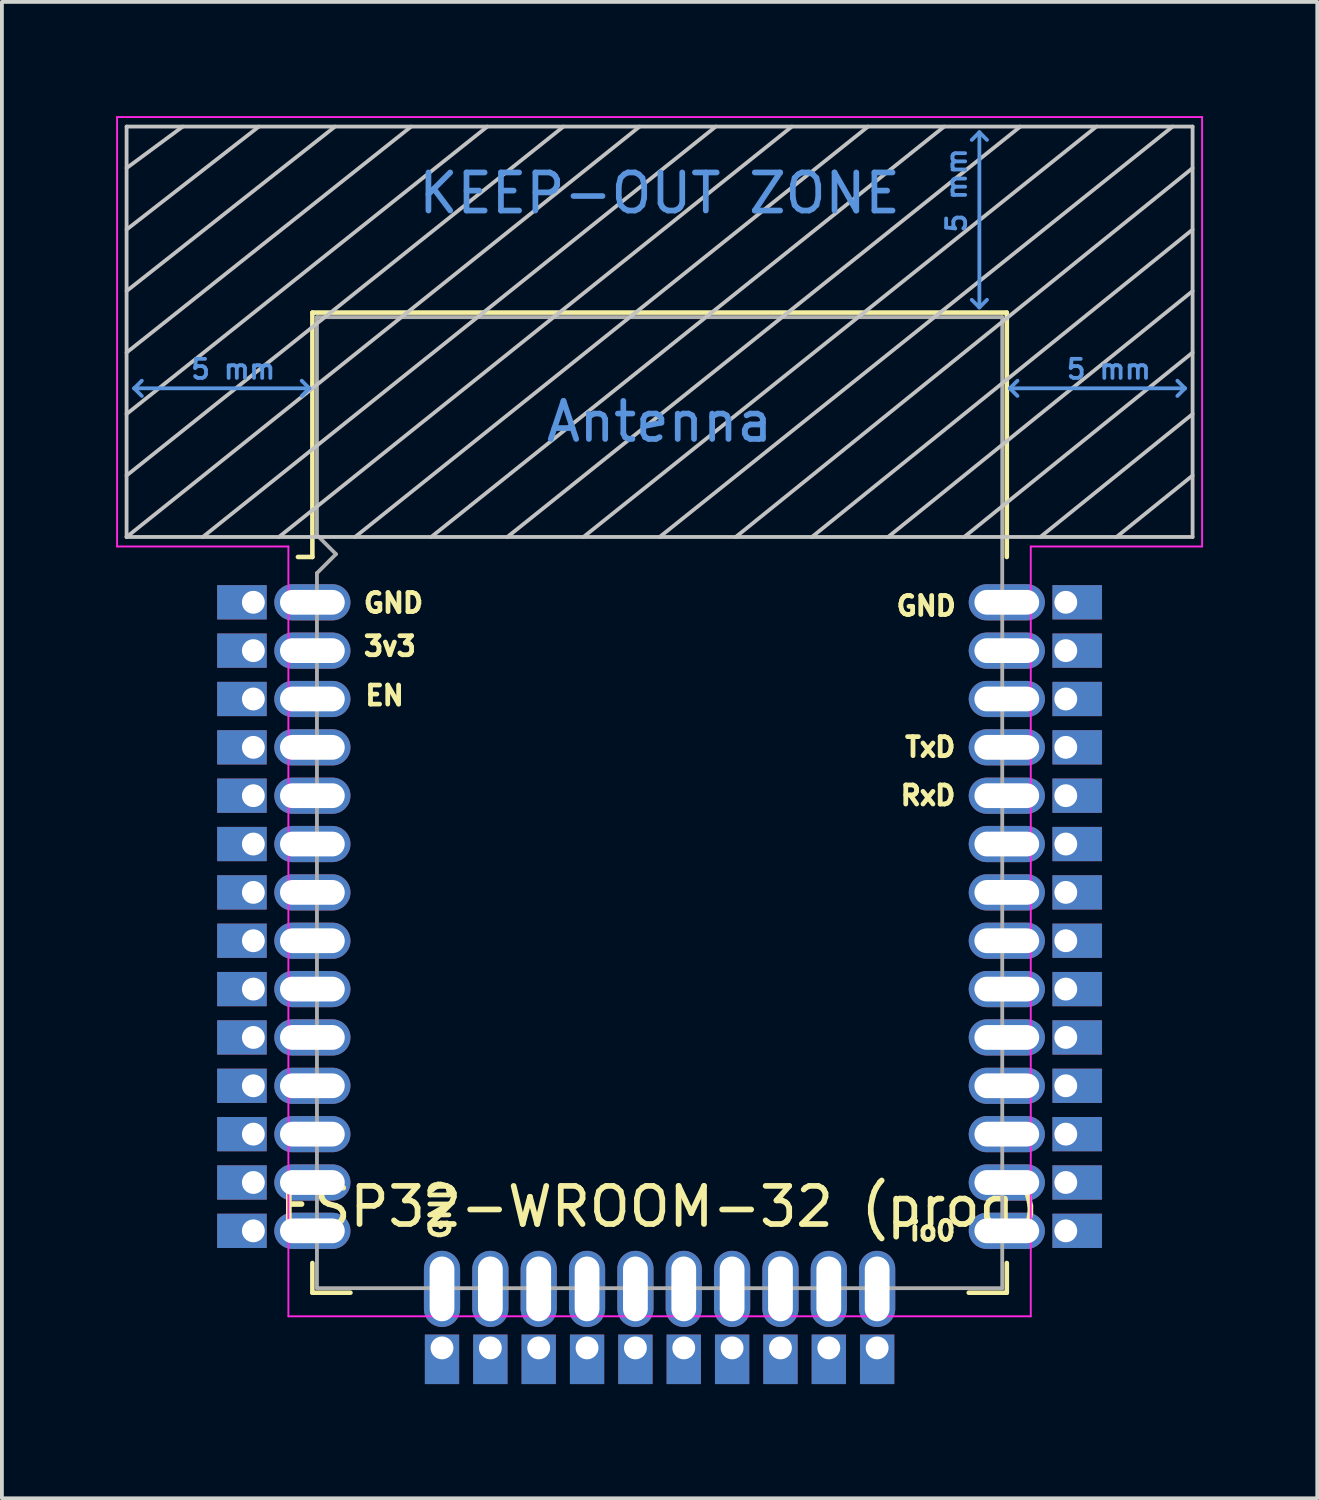
<source format=kicad_pcb>
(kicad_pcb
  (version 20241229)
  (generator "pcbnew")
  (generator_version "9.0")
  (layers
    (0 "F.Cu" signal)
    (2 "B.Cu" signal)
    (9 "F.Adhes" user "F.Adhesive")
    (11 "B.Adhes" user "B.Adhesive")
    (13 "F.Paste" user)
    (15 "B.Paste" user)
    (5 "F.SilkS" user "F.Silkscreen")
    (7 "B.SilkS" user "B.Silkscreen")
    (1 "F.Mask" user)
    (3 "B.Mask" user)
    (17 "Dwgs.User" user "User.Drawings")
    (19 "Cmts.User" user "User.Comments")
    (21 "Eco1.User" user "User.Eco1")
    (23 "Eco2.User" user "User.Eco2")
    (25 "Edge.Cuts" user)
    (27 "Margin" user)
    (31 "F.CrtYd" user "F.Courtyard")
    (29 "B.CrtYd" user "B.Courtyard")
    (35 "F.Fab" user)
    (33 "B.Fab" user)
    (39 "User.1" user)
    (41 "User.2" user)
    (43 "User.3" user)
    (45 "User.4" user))
  (footprint "ESP32-WROOM-32 (prog)"
    (layer "F.Cu")
    (at 14.275 21.025)
    (property "Reference" "ESP32-WROOM-32 (prog)" (at 0 7.62 0) (layer "F.SilkS") (effects (font (size 1 1) (thickness 0.15))))
    (attr through_hole)
    (fp_line (start -9.12 -15.865) (end -9.12 -9.445) (stroke (width 0.12) (type solid)) (layer "F.SilkS"))
    (fp_line (start -9.12 -15.865) (end 9.12 -15.865) (stroke (width 0.12) (type solid)) (layer "F.SilkS"))
    (fp_line (start -9.12 -9.445) (end -9.5 -9.445) (stroke (width 0.12) (type solid)) (layer "F.SilkS"))
    (fp_line (start -9.12 9.1) (end -9.12 9.88) (stroke (width 0.12) (type solid)) (layer "F.SilkS"))
    (fp_line (start -9.12 9.88) (end -8.12 9.88) (stroke (width 0.12) (type solid)) (layer "F.SilkS"))
    (fp_line (start 9.12 -15.865) (end 9.12 -9.445) (stroke (width 0.12) (type solid)) (layer "F.SilkS"))
    (fp_line (start 9.12 9.1) (end 9.12 9.88) (stroke (width 0.12) (type solid)) (layer "F.SilkS"))
    (fp_line (start 9.12 9.88) (end 8.12 9.88) (stroke (width 0.12) (type solid)) (layer "F.SilkS"))
    (fp_line (start -14 -9.97) (end -14 -20.75) (stroke (width 0.1) (type solid)) (layer "Dwgs.User"))
    (fp_line (start -12.525 -20.75) (end -14 -19.66) (stroke (width 0.1) (type solid)) (layer "Dwgs.User"))
    (fp_line (start -10.525 -20.75) (end -14 -18.045) (stroke (width 0.1) (type solid)) (layer "Dwgs.User"))
    (fp_line (start -8.525 -20.75) (end -14 -16.43) (stroke (width 0.1) (type solid)) (layer "Dwgs.User"))
    (fp_line (start -8 -9.97) (end 5.475 -20.75) (stroke (width 0.1) (type solid)) (layer "Dwgs.User"))
    (fp_line (start -6.525 -20.75) (end -14 -14.815) (stroke (width 0.1) (type solid)) (layer "Dwgs.User"))
    (fp_line (start -4.525 -20.75) (end -14 -13.2) (stroke (width 0.1) (type solid)) (layer "Dwgs.User"))
    (fp_line (start -2.525 -20.75) (end -14 -11.585) (stroke (width 0.1) (type solid)) (layer "Dwgs.User"))
    (fp_line (start -0.525 -20.75) (end -14 -9.97) (stroke (width 0.1) (type solid)) (layer "Dwgs.User"))
    (fp_line (start 1.475 -20.75) (end -12 -9.97) (stroke (width 0.1) (type solid)) (layer "Dwgs.User"))
    (fp_line (start 3.475 -20.75) (end -10 -9.97) (stroke (width 0.1) (type solid)) (layer "Dwgs.User"))
    (fp_line (start 7.475 -20.75) (end -6 -9.97) (stroke (width 0.1) (type solid)) (layer "Dwgs.User"))
    (fp_line (start 9.475 -20.75) (end -4 -9.97) (stroke (width 0.1) (type solid)) (layer "Dwgs.User"))
    (fp_line (start 11.475 -20.75) (end -2 -9.97) (stroke (width 0.1) (type solid)) (layer "Dwgs.User"))
    (fp_line (start 13.475 -20.75) (end 0 -9.97) (stroke (width 0.1) (type solid)) (layer "Dwgs.User"))
    (fp_line (start 14 -20.75) (end -14 -20.75) (stroke (width 0.1) (type solid)) (layer "Dwgs.User"))
    (fp_line (start 14 -19.66) (end 2 -9.97) (stroke (width 0.1) (type solid)) (layer "Dwgs.User"))
    (fp_line (start 14 -18.045) (end 4 -9.97) (stroke (width 0.1) (type solid)) (layer "Dwgs.User"))
    (fp_line (start 14 -16.43) (end 6 -9.97) (stroke (width 0.1) (type solid)) (layer "Dwgs.User"))
    (fp_line (start 14 -14.815) (end 8 -9.97) (stroke (width 0.1) (type solid)) (layer "Dwgs.User"))
    (fp_line (start 14 -13.2) (end 10 -9.97) (stroke (width 0.1) (type solid)) (layer "Dwgs.User"))
    (fp_line (start 14 -11.585) (end 12 -9.97) (stroke (width 0.1) (type solid)) (layer "Dwgs.User"))
    (fp_line (start 14 -9.97) (end -14 -9.97) (stroke (width 0.1) (type solid)) (layer "Dwgs.User"))
    (fp_line (start 14 -9.97) (end 14 -20.75) (stroke (width 0.1) (type solid)) (layer "Dwgs.User"))
    (fp_line (start -13.8 -13.875) (end -13.6 -14.075) (stroke (width 0.1) (type solid)) (layer "Cmts.User"))
    (fp_line (start -13.8 -13.875) (end -13.6 -13.675) (stroke (width 0.1) (type solid)) (layer "Cmts.User"))
    (fp_line (start -13.8 -13.875) (end -9.2 -13.875) (stroke (width 0.1) (type solid)) (layer "Cmts.User"))
    (fp_line (start -9.2 -13.875) (end -9.4 -14.075) (stroke (width 0.1) (type solid)) (layer "Cmts.User"))
    (fp_line (start -9.2 -13.875) (end -9.4 -13.675) (stroke (width 0.1) (type solid)) (layer "Cmts.User"))
    (fp_line (start 8.4 -20.6) (end 8.2 -20.4) (stroke (width 0.1) (type solid)) (layer "Cmts.User"))
    (fp_line (start 8.4 -20.6) (end 8.6 -20.4) (stroke (width 0.1) (type solid)) (layer "Cmts.User"))
    (fp_line (start 8.4 -16) (end 8.2 -16.2) (stroke (width 0.1) (type solid)) (layer "Cmts.User"))
    (fp_line (start 8.4 -16) (end 8.4 -20.6) (stroke (width 0.1) (type solid)) (layer "Cmts.User"))
    (fp_line (start 8.4 -16) (end 8.6 -16.2) (stroke (width 0.1) (type solid)) (layer "Cmts.User"))
    (fp_line (start 9.2 -13.875) (end 9.4 -14.075) (stroke (width 0.1) (type solid)) (layer "Cmts.User"))
    (fp_line (start 9.2 -13.875) (end 9.4 -13.675) (stroke (width 0.1) (type solid)) (layer "Cmts.User"))
    (fp_line (start 9.2 -13.875) (end 13.8 -13.875) (stroke (width 0.1) (type solid)) (layer "Cmts.User"))
    (fp_line (start 13.8 -13.875) (end 13.6 -14.075) (stroke (width 0.1) (type solid)) (layer "Cmts.User"))
    (fp_line (start 13.8 -13.875) (end 13.6 -13.675) (stroke (width 0.1) (type solid)) (layer "Cmts.User"))
    (fp_line (start -14.25 -21) (end -14.25 -9.72) (stroke (width 0.05) (type solid)) (layer "F.CrtYd"))
    (fp_line (start -14.25 -21) (end 14.25 -21) (stroke (width 0.05) (type solid)) (layer "F.CrtYd"))
    (fp_line (start -14.25 -9.72) (end -9.75 -9.72) (stroke (width 0.05) (type solid)) (layer "F.CrtYd"))
    (fp_line (start -9.75 10.5) (end -9.75 -9.72) (stroke (width 0.05) (type solid)) (layer "F.CrtYd"))
    (fp_line (start -9.75 10.5) (end 9.75 10.5) (stroke (width 0.05) (type solid)) (layer "F.CrtYd"))
    (fp_line (start 9.75 -9.72) (end 9.75 10.5) (stroke (width 0.05) (type solid)) (layer "F.CrtYd"))
    (fp_line (start 9.75 -9.72) (end 14.25 -9.72) (stroke (width 0.05) (type solid)) (layer "F.CrtYd"))
    (fp_line (start 14.25 -21) (end 14.25 -9.72) (stroke (width 0.05) (type solid)) (layer "F.CrtYd"))
    (fp_line (start -9 -15.745) (end -9 -10.02) (stroke (width 0.1) (type solid)) (layer "F.Fab"))
    (fp_line (start -9 -15.745) (end 9 -15.745) (stroke (width 0.1) (type solid)) (layer "F.Fab"))
    (fp_line (start -9 -9.02) (end -9 9.76) (stroke (width 0.1) (type solid)) (layer "F.Fab"))
    (fp_line (start -9 -9.02) (end -8.5 -9.52) (stroke (width 0.1) (type solid)) (layer "F.Fab"))
    (fp_line (start -9 9.76) (end 9 9.76) (stroke (width 0.1) (type solid)) (layer "F.Fab"))
    (fp_line (start -8.5 -9.52) (end -9 -10.02) (stroke (width 0.1) (type solid)) (layer "F.Fab"))
    (fp_line (start 9 9.76) (end 9 -15.745) (stroke (width 0.1) (type solid)) (layer "F.Fab"))
    (fp_text user "3v3" (at -7.834 -7.102 0) (layer "F.SilkS") (effects (font (size 0.5 0.5) (thickness 0.125)) (justify left)))
    (fp_text user "GND" (at -7.834 -8.236 0) (layer "F.SilkS") (effects (font (size 0.5 0.5) (thickness 0.125)) (justify left)))
    (fp_text user "io0" (at 7.834 8.255 180) (layer "F.SilkS") (effects (font (size 0.5 0.5) (thickness 0.125)) (justify right)))
    (fp_text user "GND" (at 7.848 -8.159 0) (layer "F.SilkS") (effects (font (size 0.5 0.5) (thickness 0.125)) (justify right)))
    (fp_text user "EN" (at -7.794 -5.806 0) (layer "F.SilkS") (effects (font (size 0.5 0.5) (thickness 0.125)) (justify left)))
    (fp_text user "GND" (at -5.759 8.537 90) (layer "F.SilkS") (effects (font (size 0.5 0.5) (thickness 0.125)) (justify left)))
    (fp_text user "RxD" (at 7.834 -3.181 0) (layer "F.SilkS") (effects (font (size 0.5 0.5) (thickness 0.125)) (justify right)))
    (fp_text user "TxD" (at 7.834 -4.451 0) (layer "F.SilkS") (effects (font (size 0.5 0.5) (thickness 0.125)) (justify right)))
    (fp_text user "KEEP-OUT ZONE" (at 0 -19 0) (layer "Cmts.User") (effects (font (size 1 1) (thickness 0.15))))
    (fp_text user "5 mm" (at -11.2 -14.375 0) (layer "Cmts.User") (effects (font (size 0.5 0.5) (thickness 0.1))))
    (fp_text user "Antenna" (at 0 -13 0) (layer "Cmts.User") (effects (font (size 1 1) (thickness 0.15))))
    (fp_text user "5 mm" (at 11.8 -14.375 0) (layer "Cmts.User") (effects (font (size 0.5 0.5) (thickness 0.1))))
    (fp_text user "5 mm" (at 7.8 -19.075 90) (layer "Cmts.User") (effects (font (size 0.5 0.5) (thickness 0.1))))
    (pad "" thru_hole oval (at -9.12 -4.445) (size 2 0.95) (drill oval 1.7 0.65) (layers "*.Cu" "*.Mask"))
    (pad "" thru_hole oval (at -9.12 -3.175) (size 2 0.95) (drill oval 1.7 0.65) (layers "*.Cu" "*.Mask"))
    (pad "" thru_hole oval (at -9.12 -1.905) (size 2 0.95) (drill oval 1.7 0.65) (layers "*.Cu" "*.Mask"))
    (pad "" thru_hole oval (at -9.12 -0.635) (size 2 0.95) (drill oval 1.7 0.65) (layers "*.Cu" "*.Mask"))
    (pad "" thru_hole oval (at -9.12 0.635) (size 2 0.95) (drill oval 1.7 0.65) (layers "*.Cu" "*.Mask"))
    (pad "" thru_hole oval (at -9.12 1.905) (size 2 0.95) (drill oval 1.7 0.65) (layers "*.Cu" "*.Mask"))
    (pad "" thru_hole oval (at -9.12 3.175) (size 2 0.95) (drill oval 1.7 0.65) (layers "*.Cu" "*.Mask"))
    (pad "" thru_hole oval (at -9.12 4.445) (size 2 0.95) (drill oval 1.7 0.65) (layers "*.Cu" "*.Mask"))
    (pad "" thru_hole oval (at -9.12 5.715) (size 2 0.95) (drill oval 1.7 0.65) (layers "*.Cu" "*.Mask"))
    (pad "" thru_hole oval (at -9.12 6.985) (size 2 0.95) (drill oval 1.7 0.65) (layers "*.Cu" "*.Mask"))
    (pad "" thru_hole oval (at -9.12 8.255) (size 2 0.95) (drill oval 1.7 0.65) (layers "*.Cu" "*.Mask"))
    (pad "" thru_hole oval (at -4.445 9.78 90) (size 2 0.95) (drill oval 1.7 0.65) (layers "*.Cu" "*.Mask"))
    (pad "" thru_hole oval (at -3.175 9.78 90) (size 2 0.95) (drill oval 1.7 0.65) (layers "*.Cu" "*.Mask"))
    (pad "" thru_hole oval (at -1.905 9.78 90) (size 2 0.95) (drill oval 1.7 0.65) (layers "*.Cu" "*.Mask"))
    (pad "" thru_hole oval (at -0.635 9.78 90) (size 2 0.95) (drill oval 1.7 0.65) (layers "*.Cu" "*.Mask"))
    (pad "" thru_hole oval (at 0.635 9.78 90) (size 2 0.95) (drill oval 1.7 0.65) (layers "*.Cu" "*.Mask"))
    (pad "" thru_hole oval (at 1.905 9.78 90) (size 2 0.95) (drill oval 1.7 0.65) (layers "*.Cu" "*.Mask"))
    (pad "" thru_hole oval (at 3.175 9.78 90) (size 2 0.95) (drill oval 1.7 0.65) (layers "*.Cu" "*.Mask"))
    (pad "" thru_hole oval (at 4.445 9.78 90) (size 2 0.95) (drill oval 1.7 0.65) (layers "*.Cu" "*.Mask"))
    (pad "" thru_hole oval (at 5.715 9.78 90) (size 2 0.95) (drill oval 1.7 0.65) (layers "*.Cu" "*.Mask"))
    (pad "" thru_hole oval (at 9.12 -6.985 180) (size 2 0.95) (drill oval 1.7 0.65) (layers "*.Cu" "*.Mask"))
    (pad "" thru_hole oval (at 9.12 -5.715 180) (size 2 0.95) (drill oval 1.7 0.65) (layers "*.Cu" "*.Mask"))
    (pad "" thru_hole oval (at 9.12 -1.905 180) (size 2 0.95) (drill oval 1.7 0.65) (layers "*.Cu" "*.Mask"))
    (pad "" thru_hole oval (at 9.12 -0.635 180) (size 2 0.95) (drill oval 1.7 0.65) (layers "*.Cu" "*.Mask"))
    (pad "" thru_hole oval (at 9.12 0.635 180) (size 2 0.95) (drill oval 1.7 0.65) (layers "*.Cu" "*.Mask"))
    (pad "" thru_hole oval (at 9.12 1.905 180) (size 2 0.95) (drill oval 1.7 0.65) (layers "*.Cu" "*.Mask"))
    (pad "" thru_hole oval (at 9.12 3.175 180) (size 2 0.95) (drill oval 1.7 0.65) (layers "*.Cu" "*.Mask"))
    (pad "" thru_hole oval (at 9.12 4.445 180) (size 2 0.95) (drill oval 1.7 0.65) (layers "*.Cu" "*.Mask"))
    (pad "" thru_hole oval (at 9.12 5.715 180) (size 2 0.95) (drill oval 1.7 0.65) (layers "*.Cu" "*.Mask"))
    (pad "" thru_hole oval (at 9.12 6.985 180) (size 2 0.95) (drill oval 1.7 0.65) (layers "*.Cu" "*.Mask"))
    (pad "1" thru_hole rect (at -10.67 -8.255) (size 1.3 0.9) (drill 0.6 (offset -0.3 0)) (layers "*.Cu" "*.Mask"))
    (pad "1" thru_hole oval (at -9.12 -8.255) (size 2 0.95) (drill oval 1.7 0.65) (layers "*.Cu" "*.Mask"))
    (pad "2" thru_hole rect (at -10.67 -6.985) (size 1.3 0.9) (drill 0.6 (offset -0.3 0)) (layers "*.Cu" "*.Mask"))
    (pad "2" thru_hole oval (at -9.12 -6.985) (size 2 0.95) (drill oval 1.7 0.65) (layers "*.Cu" "*.Mask"))
    (pad "3" thru_hole rect (at -10.67 -5.715) (size 1.3 0.9) (drill 0.6 (offset -0.3 0)) (layers "*.Cu" "*.Mask"))
    (pad "3" thru_hole oval (at -9.12 -5.715) (size 2 0.95) (drill oval 1.7 0.65) (layers "*.Cu" "*.Mask"))
    (pad "4" thru_hole rect (at -10.67 -4.445) (size 1.3 0.9) (drill 0.6 (offset -0.3 0)) (layers "*.Cu" "*.Mask"))
    (pad "5" thru_hole rect (at -10.67 -3.175) (size 1.3 0.9) (drill 0.6 (offset -0.3 0)) (layers "*.Cu" "*.Mask"))
    (pad "6" thru_hole rect (at -10.67 -1.905) (size 1.3 0.9) (drill 0.6 (offset -0.3 0)) (layers "*.Cu" "*.Mask"))
    (pad "7" thru_hole rect (at -10.67 -0.635) (size 1.3 0.9) (drill 0.6 (offset -0.3 0)) (layers "*.Cu" "*.Mask"))
    (pad "8" thru_hole rect (at -10.67 0.635) (size 1.3 0.9) (drill 0.6 (offset -0.3 0)) (layers "*.Cu" "*.Mask"))
    (pad "9" thru_hole rect (at -10.67 1.905) (size 1.3 0.9) (drill 0.6 (offset -0.3 0)) (layers "*.Cu" "*.Mask"))
    (pad "10" thru_hole rect (at -10.67 3.175) (size 1.3 0.9) (drill 0.6 (offset -0.3 0)) (layers "*.Cu" "*.Mask"))
    (pad "11" thru_hole rect (at -10.67 4.445) (size 1.3 0.9) (drill 0.6 (offset -0.3 0)) (layers "*.Cu" "*.Mask"))
    (pad "12" thru_hole rect (at -10.67 5.715) (size 1.3 0.9) (drill 0.6 (offset -0.3 0)) (layers "*.Cu" "*.Mask"))
    (pad "13" thru_hole rect (at -10.67 6.985) (size 1.3 0.9) (drill 0.6 (offset -0.3 0)) (layers "*.Cu" "*.Mask"))
    (pad "14" thru_hole rect (at -10.67 8.255) (size 1.3 0.9) (drill 0.6 (offset -0.3 0)) (layers "*.Cu" "*.Mask"))
    (pad "15" thru_hole oval (at -5.715 9.78 90) (size 2 0.95) (drill oval 1.7 0.65) (layers "*.Cu" "*.Mask"))
    (pad "15" thru_hole rect (at -5.715 11.33 90) (size 1.3 0.9) (drill 0.6 (offset -0.3 0)) (layers "*.Cu" "*.Mask"))
    (pad "16" thru_hole rect (at -4.445 11.33 90) (size 1.3 0.9) (drill 0.6 (offset -0.3 0)) (layers "*.Cu" "*.Mask"))
    (pad "17" thru_hole rect (at -3.175 11.33 90) (size 1.3 0.9) (drill 0.6 (offset -0.3 0)) (layers "*.Cu" "*.Mask"))
    (pad "18" thru_hole rect (at -1.905 11.33 90) (size 1.3 0.9) (drill 0.6 (offset -0.3 0)) (layers "*.Cu" "*.Mask"))
    (pad "19" thru_hole rect (at -0.635 11.33 90) (size 1.3 0.9) (drill 0.6 (offset -0.3 0)) (layers "*.Cu" "*.Mask"))
    (pad "20" thru_hole rect (at 0.635 11.33 90) (size 1.3 0.9) (drill 0.6 (offset -0.3 0)) (layers "*.Cu" "*.Mask"))
    (pad "21" thru_hole rect (at 1.905 11.33 90) (size 1.3 0.9) (drill 0.6 (offset -0.3 0)) (layers "*.Cu" "*.Mask"))
    (pad "22" thru_hole rect (at 3.175 11.33 90) (size 1.3 0.9) (drill 0.6 (offset -0.3 0)) (layers "*.Cu" "*.Mask"))
    (pad "23" thru_hole rect (at 4.445 11.33 90) (size 1.3 0.9) (drill 0.6 (offset -0.3 0)) (layers "*.Cu" "*.Mask"))
    (pad "24" thru_hole rect (at 5.715 11.33 90) (size 1.3 0.9) (drill 0.6 (offset -0.3 0)) (layers "*.Cu" "*.Mask"))
    (pad "25" thru_hole oval (at 9.12 8.255 180) (size 2 0.95) (drill oval 1.7 0.65) (layers "*.Cu" "*.Mask"))
    (pad "25" thru_hole rect (at 10.67 8.255 180) (size 1.3 0.9) (drill 0.6 (offset -0.3 0)) (layers "*.Cu" "*.Mask"))
    (pad "26" thru_hole rect (at 10.67 6.985 180) (size 1.3 0.9) (drill 0.6 (offset -0.3 0)) (layers "*.Cu" "*.Mask"))
    (pad "27" thru_hole rect (at 10.67 5.715 180) (size 1.3 0.9) (drill 0.6 (offset -0.3 0)) (layers "*.Cu" "*.Mask"))
    (pad "28" thru_hole rect (at 10.67 4.445 180) (size 1.3 0.9) (drill 0.6 (offset -0.3 0)) (layers "*.Cu" "*.Mask"))
    (pad "29" thru_hole rect (at 10.67 3.175 180) (size 1.3 0.9) (drill 0.6 (offset -0.3 0)) (layers "*.Cu" "*.Mask"))
    (pad "30" thru_hole rect (at 10.67 1.905 180) (size 1.3 0.9) (drill 0.6 (offset -0.3 0)) (layers "*.Cu" "*.Mask"))
    (pad "31" thru_hole rect (at 10.67 0.635 180) (size 1.3 0.9) (drill 0.6 (offset -0.3 0)) (layers "*.Cu" "*.Mask"))
    (pad "32" thru_hole rect (at 10.67 -0.635 180) (size 1.3 0.9) (drill 0.6 (offset -0.3 0)) (layers "*.Cu" "*.Mask"))
    (pad "33" thru_hole rect (at 10.67 -1.905 180) (size 1.3 0.9) (drill 0.6 (offset -0.3 0)) (layers "*.Cu" "*.Mask"))
    (pad "34" thru_hole oval (at 9.12 -3.175 180) (size 2 0.95) (drill oval 1.7 0.65) (layers "*.Cu" "*.Mask"))
    (pad "34" thru_hole rect (at 10.67 -3.175 180) (size 1.3 0.9) (drill 0.6 (offset -0.3 0)) (layers "*.Cu" "*.Mask"))
    (pad "35" thru_hole oval (at 9.12 -4.445 180) (size 2 0.95) (drill oval 1.7 0.65) (layers "*.Cu" "*.Mask"))
    (pad "35" thru_hole rect (at 10.67 -4.445 180) (size 1.3 0.9) (drill 0.6 (offset -0.3 0)) (layers "*.Cu" "*.Mask"))
    (pad "36" thru_hole rect (at 10.67 -5.715 180) (size 1.3 0.9) (drill 0.6 (offset -0.3 0)) (layers "*.Cu" "*.Mask"))
    (pad "37" thru_hole rect (at 10.67 -6.985 180) (size 1.3 0.9) (drill 0.6 (offset -0.3 0)) (layers "*.Cu" "*.Mask"))
    (pad "38" thru_hole oval (at 9.12 -8.255 180) (size 2 0.95) (drill oval 1.7 0.65) (layers "*.Cu" "*.Mask"))
    (pad "38" thru_hole rect (at 10.67 -8.255 180) (size 1.3 0.9) (drill 0.6 (offset -0.3 0)) (layers "*.Cu" "*.Mask")))
  (gr_rect
    (start -3 -3)
    (end 31.55 36.305)
    (stroke (width 0.1) (type default))
    (fill no)
    (layer "Edge.Cuts")))
</source>
